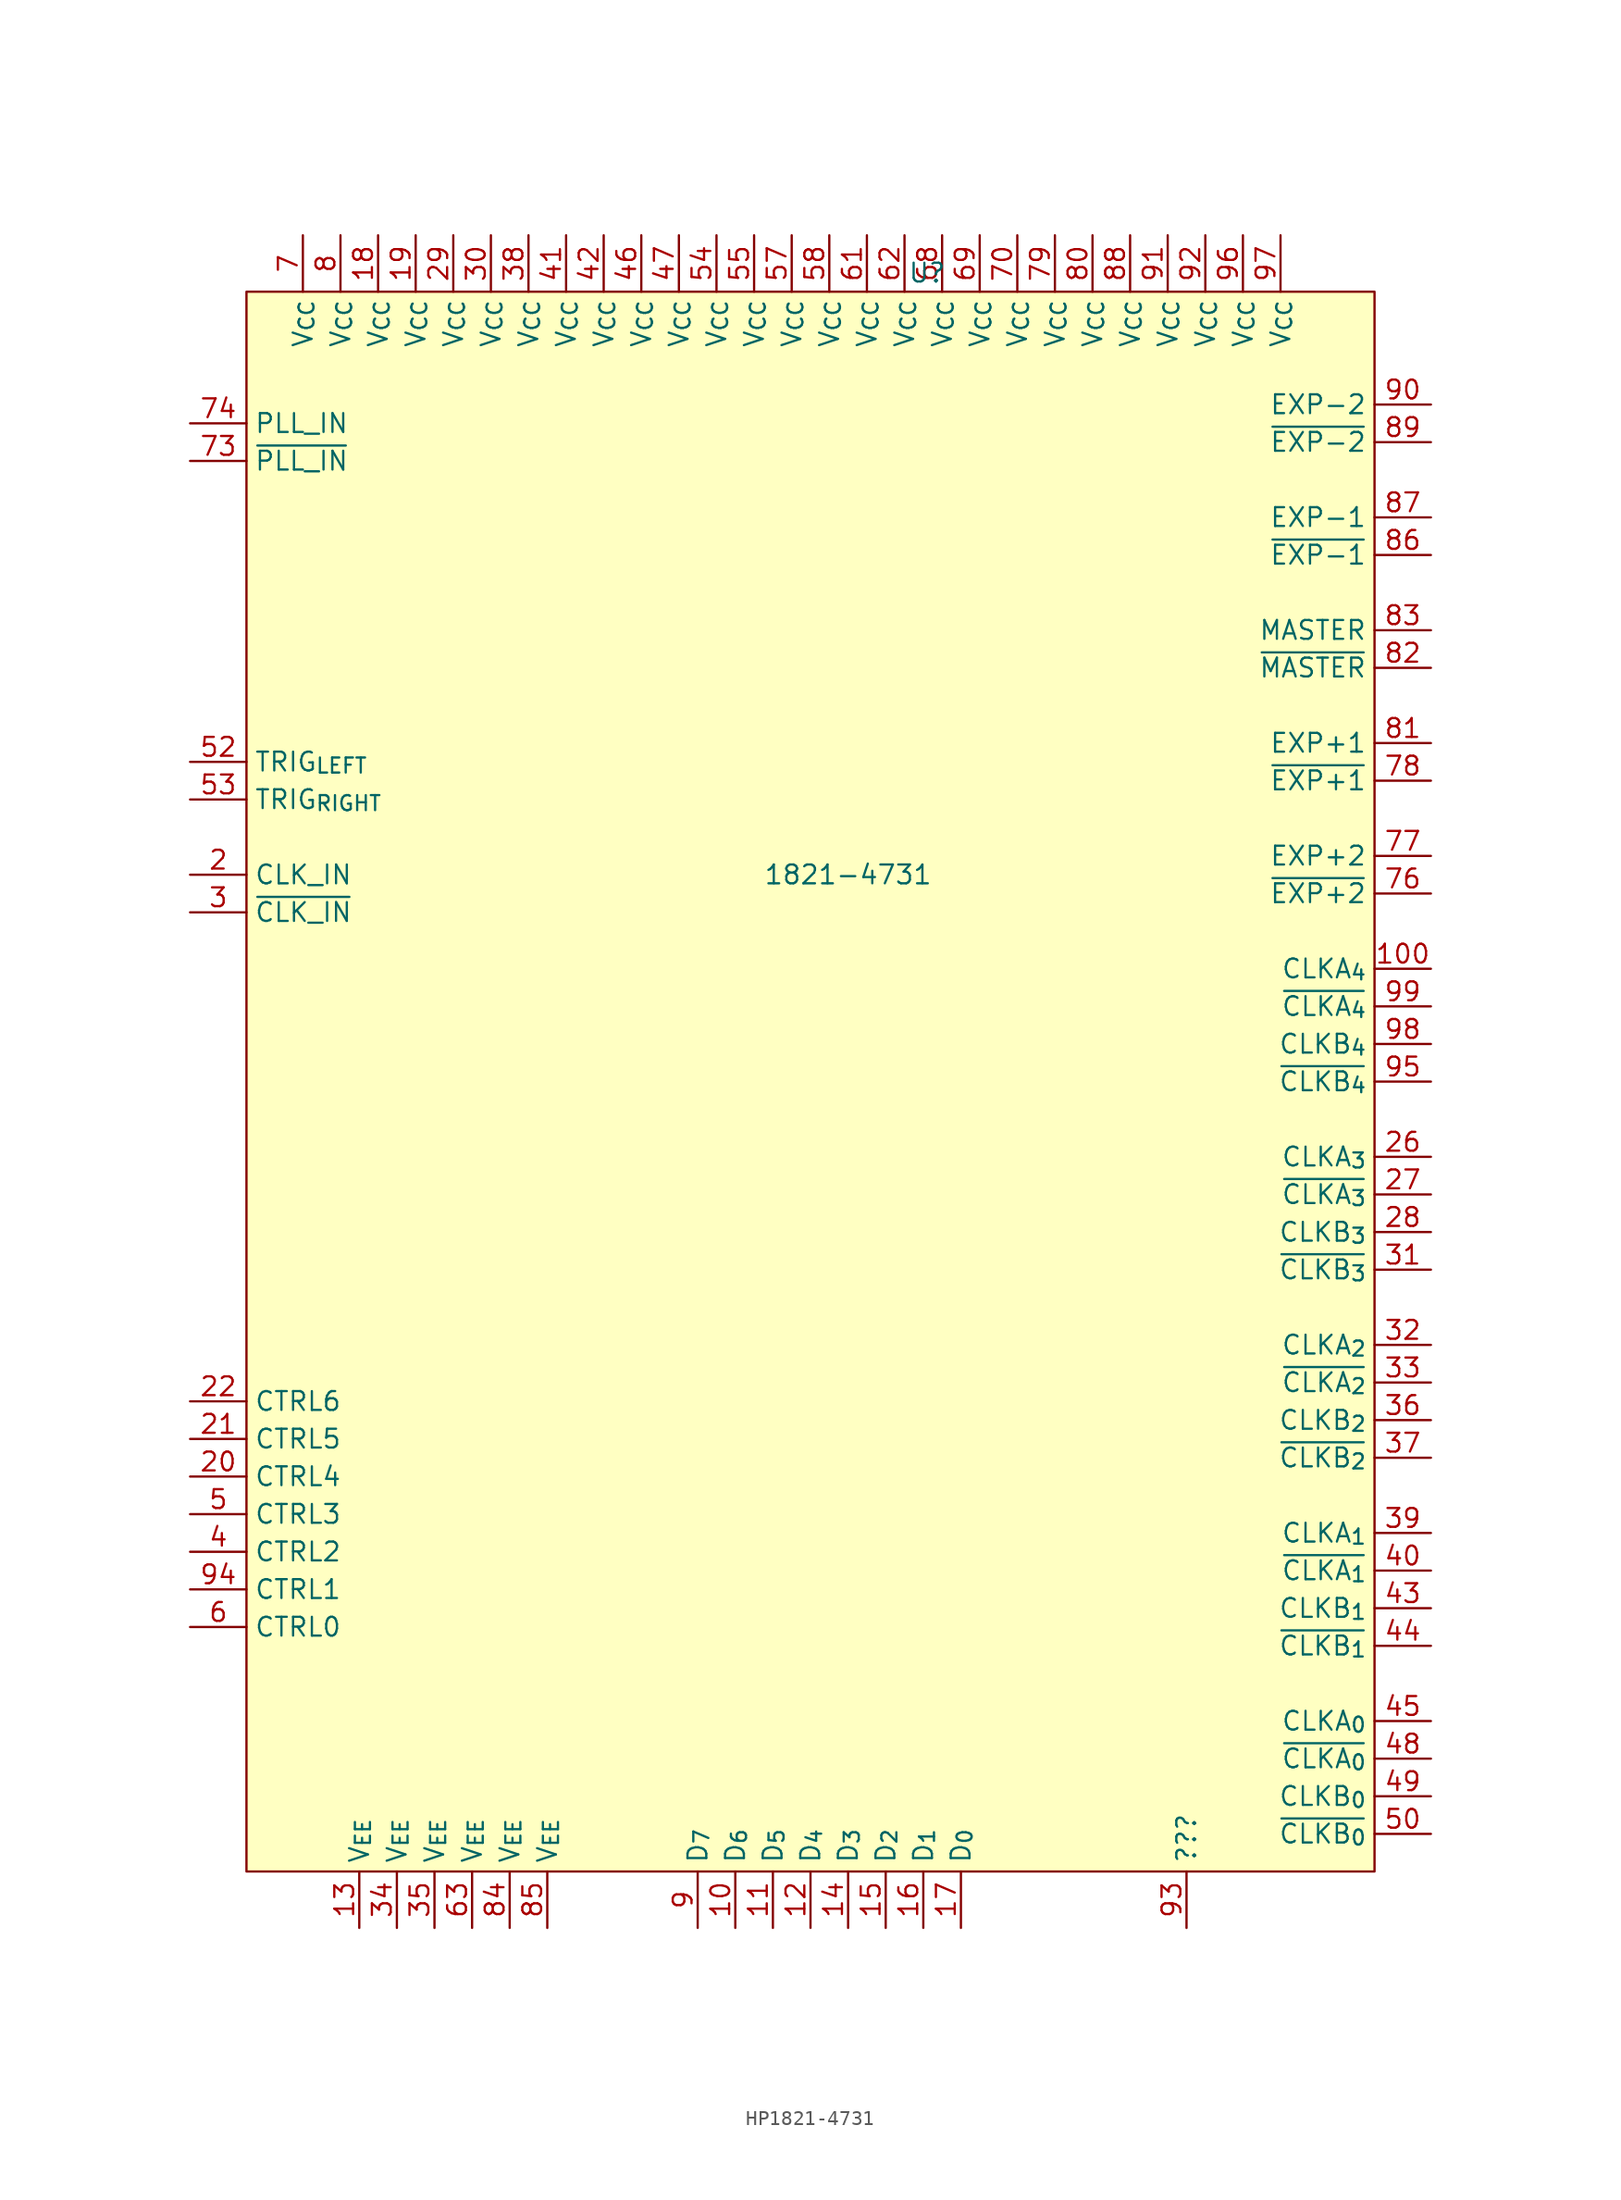
<source format=kicad_sym>
(kicad_symbol_lib
  (version 20231120)
  (generator "kicad_symbol_editor")
  (generator_version "8.0")
  (symbol "HP1821-4731"
    (property "Reference" "U"
      (at 7.874 20.32 0)
      (effects (font (size 1.27 1.27))))
    (property "Value" "1821-4731"
      (at 2.54 -20.32 0)
      (effects (font (size 1.27 1.27))))
    (symbol "HP1821-4731_1_1"
      (rectangle (start -38.1 19.05) (end 38.1 -87.63) (stroke (width 0) (type default)) (fill (type background)))
      (pin no_connect line (at 0 -33.02 0) (length 3.81) hide (name "" (effects (font (size 1.27 1.27)))) (number "1" (effects (font (size 1.27 1.27)))))
      (pin bidirectional line (at -5.08 -91.44 90) (length 3.81) (name "D_{6}" (effects (font (size 1.27 1.27)))) (number "10" (effects (font (size 1.27 1.27)))))
      (pin output line (at 41.91 -26.67 180) (length 3.81) (name "CLKA_{4}" (effects (font (size 1.27 1.27)))) (number "100" (effects (font (size 1.27 1.27)))))
      (pin bidirectional line (at -2.54 -91.44 90) (length 3.81) (name "D_{5}" (effects (font (size 1.27 1.27)))) (number "11" (effects (font (size 1.27 1.27)))))
      (pin bidirectional line (at 0 -91.44 90) (length 3.81) (name "D_{4}" (effects (font (size 1.27 1.27)))) (number "12" (effects (font (size 1.27 1.27)))))
      (pin power_in line (at -30.48 -91.44 90) (length 3.81) (name "V_{EE}" (effects (font (size 1.27 1.27)))) (number "13" (effects (font (size 1.27 1.27)))))
      (pin bidirectional line (at 2.54 -91.44 90) (length 3.81) (name "D_{3}" (effects (font (size 1.27 1.27)))) (number "14" (effects (font (size 1.27 1.27)))))
      (pin bidirectional line (at 5.08 -91.44 90) (length 3.81) (name "D_{2}" (effects (font (size 1.27 1.27)))) (number "15" (effects (font (size 1.27 1.27)))))
      (pin bidirectional line (at 7.62 -91.44 90) (length 3.81) (name "D_{1}" (effects (font (size 1.27 1.27)))) (number "16" (effects (font (size 1.27 1.27)))))
      (pin bidirectional line (at 10.16 -91.44 90) (length 3.81) (name "D_{0}" (effects (font (size 1.27 1.27)))) (number "17" (effects (font (size 1.27 1.27)))))
      (pin power_in line (at -29.21 22.86 270) (length 3.81) (name "V_{CC}" (effects (font (size 1.27 1.27)))) (number "18" (effects (font (size 1.27 1.27)))))
      (pin power_in line (at -26.67 22.86 270) (length 3.81) (name "V_{CC}" (effects (font (size 1.27 1.27)))) (number "19" (effects (font (size 1.27 1.27)))))
      (pin input line (at -41.91 -20.32 0) (length 3.81) (name "CLK_IN" (effects (font (size 1.27 1.27)))) (number "2" (effects (font (size 1.27 1.27)))))
      (pin input line (at -41.91 -60.96 0) (length 3.81) (name "CTRL4" (effects (font (size 1.27 1.27)))) (number "20" (effects (font (size 1.27 1.27)))))
      (pin input line (at -41.91 -58.42 0) (length 3.81) (name "CTRL5" (effects (font (size 1.27 1.27)))) (number "21" (effects (font (size 1.27 1.27)))))
      (pin input line (at -41.91 -55.88 0) (length 3.81) (name "CTRL6" (effects (font (size 1.27 1.27)))) (number "22" (effects (font (size 1.27 1.27)))))
      (pin no_connect line (at 0 -35.56 0) (length 3.81) hide (name "" (effects (font (size 1.27 1.27)))) (number "23" (effects (font (size 1.27 1.27)))))
      (pin no_connect line (at 0 -38.1 0) (length 3.81) hide (name "" (effects (font (size 1.27 1.27)))) (number "24" (effects (font (size 1.27 1.27)))))
      (pin no_connect line (at 0 -40.64 0) (length 3.81) hide (name "" (effects (font (size 1.27 1.27)))) (number "25" (effects (font (size 1.27 1.27)))))
      (pin output line (at 41.91 -39.37 180) (length 3.81) (name "CLKA_{3}" (effects (font (size 1.27 1.27)))) (number "26" (effects (font (size 1.27 1.27)))))
      (pin output line (at 41.91 -41.91 180) (length 3.81) (name "~{CLKA_{3}}" (effects (font (size 1.27 1.27)))) (number "27" (effects (font (size 1.27 1.27)))))
      (pin output line (at 41.91 -44.45 180) (length 3.81) (name "CLKB_{3}" (effects (font (size 1.27 1.27)))) (number "28" (effects (font (size 1.27 1.27)))))
      (pin power_in line (at -24.13 22.86 270) (length 3.81) (name "V_{CC}" (effects (font (size 1.27 1.27)))) (number "29" (effects (font (size 1.27 1.27)))))
      (pin input line (at -41.91 -22.86 0) (length 3.81) (name "~{CLK_IN}" (effects (font (size 1.27 1.27)))) (number "3" (effects (font (size 1.27 1.27)))))
      (pin power_in line (at -21.59 22.86 270) (length 3.81) (name "V_{CC}" (effects (font (size 1.27 1.27)))) (number "30" (effects (font (size 1.27 1.27)))))
      (pin output line (at 41.91 -46.99 180) (length 3.81) (name "~{CLKB_{3}}" (effects (font (size 1.27 1.27)))) (number "31" (effects (font (size 1.27 1.27)))))
      (pin output line (at 41.91 -52.07 180) (length 3.81) (name "CLKA_{2}" (effects (font (size 1.27 1.27)))) (number "32" (effects (font (size 1.27 1.27)))))
      (pin output line (at 41.91 -54.61 180) (length 3.81) (name "~{CLKA_{2}}" (effects (font (size 1.27 1.27)))) (number "33" (effects (font (size 1.27 1.27)))))
      (pin power_in line (at -27.94 -91.44 90) (length 3.81) (name "V_{EE}" (effects (font (size 1.27 1.27)))) (number "34" (effects (font (size 1.27 1.27)))))
      (pin power_in line (at -25.4 -91.44 90) (length 3.81) (name "V_{EE}" (effects (font (size 1.27 1.27)))) (number "35" (effects (font (size 1.27 1.27)))))
      (pin output line (at 41.91 -57.15 180) (length 3.81) (name "CLKB_{2}" (effects (font (size 1.27 1.27)))) (number "36" (effects (font (size 1.27 1.27)))))
      (pin output line (at 41.91 -59.69 180) (length 3.81) (name "~{CLKB_{2}}" (effects (font (size 1.27 1.27)))) (number "37" (effects (font (size 1.27 1.27)))))
      (pin power_in line (at -19.05 22.86 270) (length 3.81) (name "V_{CC}" (effects (font (size 1.27 1.27)))) (number "38" (effects (font (size 1.27 1.27)))))
      (pin output line (at 41.91 -64.77 180) (length 3.81) (name "CLKA_{1}" (effects (font (size 1.27 1.27)))) (number "39" (effects (font (size 1.27 1.27)))))
      (pin input line (at -41.91 -66.04 0) (length 3.81) (name "CTRL2" (effects (font (size 1.27 1.27)))) (number "4" (effects (font (size 1.27 1.27)))))
      (pin output line (at 41.91 -67.31 180) (length 3.81) (name "~{CLKA_{1}}" (effects (font (size 1.27 1.27)))) (number "40" (effects (font (size 1.27 1.27)))))
      (pin power_in line (at -16.51 22.86 270) (length 3.81) (name "V_{CC}" (effects (font (size 1.27 1.27)))) (number "41" (effects (font (size 1.27 1.27)))))
      (pin power_in line (at -13.97 22.86 270) (length 3.81) (name "V_{CC}" (effects (font (size 1.27 1.27)))) (number "42" (effects (font (size 1.27 1.27)))))
      (pin output line (at 41.91 -69.85 180) (length 3.81) (name "CLKB_{1}" (effects (font (size 1.27 1.27)))) (number "43" (effects (font (size 1.27 1.27)))))
      (pin output line (at 41.91 -72.39 180) (length 3.81) (name "~{CLKB_{1}}" (effects (font (size 1.27 1.27)))) (number "44" (effects (font (size 1.27 1.27)))))
      (pin output line (at 41.91 -77.47 180) (length 3.81) (name "CLKA_{0}" (effects (font (size 1.27 1.27)))) (number "45" (effects (font (size 1.27 1.27)))))
      (pin power_in line (at -11.43 22.86 270) (length 3.81) (name "V_{CC}" (effects (font (size 1.27 1.27)))) (number "46" (effects (font (size 1.27 1.27)))))
      (pin power_in line (at -8.89 22.86 270) (length 3.81) (name "V_{CC}" (effects (font (size 1.27 1.27)))) (number "47" (effects (font (size 1.27 1.27)))))
      (pin output line (at 41.91 -80.01 180) (length 3.81) (name "~{CLKA_{0}}" (effects (font (size 1.27 1.27)))) (number "48" (effects (font (size 1.27 1.27)))))
      (pin output line (at 41.91 -82.55 180) (length 3.81) (name "CLKB_{0}" (effects (font (size 1.27 1.27)))) (number "49" (effects (font (size 1.27 1.27)))))
      (pin input line (at -41.91 -63.5 0) (length 3.81) (name "CTRL3" (effects (font (size 1.27 1.27)))) (number "5" (effects (font (size 1.27 1.27)))))
      (pin output line (at 41.91 -85.09 180) (length 3.81) (name "~{CLKB_{0}}" (effects (font (size 1.27 1.27)))) (number "50" (effects (font (size 1.27 1.27)))))
      (pin no_connect line (at 0 -43.18 0) (length 3.81) hide (name "" (effects (font (size 1.27 1.27)))) (number "51" (effects (font (size 1.27 1.27)))))
      (pin input line (at -41.91 -12.7 0) (length 3.81) (name "TRIG_{LEFT}" (effects (font (size 1.27 1.27)))) (number "52" (effects (font (size 1.27 1.27)))))
      (pin input line (at -41.91 -15.24 0) (length 3.81) (name "TRIG_{RIGHT}" (effects (font (size 1.27 1.27)))) (number "53" (effects (font (size 1.27 1.27)))))
      (pin power_in line (at -6.35 22.86 270) (length 3.81) (name "V_{CC}" (effects (font (size 1.27 1.27)))) (number "54" (effects (font (size 1.27 1.27)))))
      (pin power_in line (at -3.81 22.86 270) (length 3.81) (name "V_{CC}" (effects (font (size 1.27 1.27)))) (number "55" (effects (font (size 1.27 1.27)))))
      (pin no_connect line (at 0 -45.72 0) (length 3.81) hide (name "" (effects (font (size 1.27 1.27)))) (number "56" (effects (font (size 1.27 1.27)))))
      (pin power_in line (at -1.27 22.86 270) (length 3.81) (name "V_{CC}" (effects (font (size 1.27 1.27)))) (number "57" (effects (font (size 1.27 1.27)))))
      (pin power_in line (at 1.27 22.86 270) (length 3.81) (name "V_{CC}" (effects (font (size 1.27 1.27)))) (number "58" (effects (font (size 1.27 1.27)))))
      (pin no_connect line (at 0 -48.26 0) (length 3.81) hide (name "" (effects (font (size 1.27 1.27)))) (number "59" (effects (font (size 1.27 1.27)))))
      (pin input line (at -41.91 -71.12 0) (length 3.81) (name "CTRL0" (effects (font (size 1.27 1.27)))) (number "6" (effects (font (size 1.27 1.27)))))
      (pin no_connect line (at 0 -50.8 0) (length 3.81) hide (name "" (effects (font (size 1.27 1.27)))) (number "60" (effects (font (size 1.27 1.27)))))
      (pin power_in line (at 3.81 22.86 270) (length 3.81) (name "V_{CC}" (effects (font (size 1.27 1.27)))) (number "61" (effects (font (size 1.27 1.27)))))
      (pin power_in line (at 6.35 22.86 270) (length 3.81) (name "V_{CC}" (effects (font (size 1.27 1.27)))) (number "62" (effects (font (size 1.27 1.27)))))
      (pin power_in line (at -22.86 -91.44 90) (length 3.81) (name "V_{EE}" (effects (font (size 1.27 1.27)))) (number "63" (effects (font (size 1.27 1.27)))))
      (pin no_connect line (at 0 -53.34 0) (length 3.81) hide (name "" (effects (font (size 1.27 1.27)))) (number "64" (effects (font (size 1.27 1.27)))))
      (pin no_connect line (at 0 -55.88 0) (length 3.81) hide (name "" (effects (font (size 1.27 1.27)))) (number "65" (effects (font (size 1.27 1.27)))))
      (pin no_connect line (at 0 -58.42 0) (length 3.81) hide (name "" (effects (font (size 1.27 1.27)))) (number "66" (effects (font (size 1.27 1.27)))))
      (pin no_connect line (at 0 -60.96 0) (length 3.81) hide (name "" (effects (font (size 1.27 1.27)))) (number "67" (effects (font (size 1.27 1.27)))))
      (pin power_in line (at 8.89 22.86 270) (length 3.81) (name "V_{CC}" (effects (font (size 1.27 1.27)))) (number "68" (effects (font (size 1.27 1.27)))))
      (pin power_in line (at 11.43 22.86 270) (length 3.81) (name "V_{CC}" (effects (font (size 1.27 1.27)))) (number "69" (effects (font (size 1.27 1.27)))))
      (pin power_in line (at -34.29 22.86 270) (length 3.81) (name "V_{CC}" (effects (font (size 1.27 1.27)))) (number "7" (effects (font (size 1.27 1.27)))))
      (pin power_in line (at 13.97 22.86 270) (length 3.81) (name "V_{CC}" (effects (font (size 1.27 1.27)))) (number "70" (effects (font (size 1.27 1.27)))))
      (pin no_connect line (at 0 -63.5 0) (length 3.81) hide (name "" (effects (font (size 1.27 1.27)))) (number "71" (effects (font (size 1.27 1.27)))))
      (pin no_connect line (at 0 -66.04 0) (length 3.81) hide (name "" (effects (font (size 1.27 1.27)))) (number "72" (effects (font (size 1.27 1.27)))))
      (pin input line (at -41.91 7.62 0) (length 3.81) (name "~{PLL_IN}" (effects (font (size 1.27 1.27)))) (number "73" (effects (font (size 1.27 1.27)))))
      (pin input line (at -41.91 10.16 0) (length 3.81) (name "PLL_IN" (effects (font (size 1.27 1.27)))) (number "74" (effects (font (size 1.27 1.27)))))
      (pin no_connect line (at 0 -68.58 0) (length 3.81) hide (name "" (effects (font (size 1.27 1.27)))) (number "75" (effects (font (size 1.27 1.27)))))
      (pin output line (at 41.91 -21.59 180) (length 3.81) (name "~{EXP+2}" (effects (font (size 1.27 1.27)))) (number "76" (effects (font (size 1.27 1.27)))))
      (pin output line (at 41.91 -19.05 180) (length 3.81) (name "EXP+2" (effects (font (size 1.27 1.27)))) (number "77" (effects (font (size 1.27 1.27)))))
      (pin output line (at 41.91 -13.97 180) (length 3.81) (name "~{EXP+1}" (effects (font (size 1.27 1.27)))) (number "78" (effects (font (size 1.27 1.27)))))
      (pin power_in line (at 16.51 22.86 270) (length 3.81) (name "V_{CC}" (effects (font (size 1.27 1.27)))) (number "79" (effects (font (size 1.27 1.27)))))
      (pin power_in line (at -31.75 22.86 270) (length 3.81) (name "V_{CC}" (effects (font (size 1.27 1.27)))) (number "8" (effects (font (size 1.27 1.27)))))
      (pin power_in line (at 19.05 22.86 270) (length 3.81) (name "V_{CC}" (effects (font (size 1.27 1.27)))) (number "80" (effects (font (size 1.27 1.27)))))
      (pin output line (at 41.91 -11.43 180) (length 3.81) (name "EXP+1" (effects (font (size 1.27 1.27)))) (number "81" (effects (font (size 1.27 1.27)))))
      (pin output line (at 41.91 -6.35 180) (length 3.81) (name "~{MASTER}" (effects (font (size 1.27 1.27)))) (number "82" (effects (font (size 1.27 1.27)))))
      (pin output line (at 41.91 -3.81 180) (length 3.81) (name "MASTER" (effects (font (size 1.27 1.27)))) (number "83" (effects (font (size 1.27 1.27)))))
      (pin power_in line (at -20.32 -91.44 90) (length 3.81) (name "V_{EE}" (effects (font (size 1.27 1.27)))) (number "84" (effects (font (size 1.27 1.27)))))
      (pin power_in line (at -17.78 -91.44 90) (length 3.81) (name "V_{EE}" (effects (font (size 1.27 1.27)))) (number "85" (effects (font (size 1.27 1.27)))))
      (pin output line (at 41.91 1.27 180) (length 3.81) (name "~{EXP-1}" (effects (font (size 1.27 1.27)))) (number "86" (effects (font (size 1.27 1.27)))))
      (pin output line (at 41.91 3.81 180) (length 3.81) (name "EXP-1" (effects (font (size 1.27 1.27)))) (number "87" (effects (font (size 1.27 1.27)))))
      (pin power_in line (at 21.59 22.86 270) (length 3.81) (name "V_{CC}" (effects (font (size 1.27 1.27)))) (number "88" (effects (font (size 1.27 1.27)))))
      (pin output line (at 41.91 8.89 180) (length 3.81) (name "~{EXP-2}" (effects (font (size 1.27 1.27)))) (number "89" (effects (font (size 1.27 1.27)))))
      (pin bidirectional line (at -7.62 -91.44 90) (length 3.81) (name "D_{7}" (effects (font (size 1.27 1.27)))) (number "9" (effects (font (size 1.27 1.27)))))
      (pin output line (at 41.91 11.43 180) (length 3.81) (name "EXP-2" (effects (font (size 1.27 1.27)))) (number "90" (effects (font (size 1.27 1.27)))))
      (pin power_in line (at 24.13 22.86 270) (length 3.81) (name "V_{CC}" (effects (font (size 1.27 1.27)))) (number "91" (effects (font (size 1.27 1.27)))))
      (pin power_in line (at 26.67 22.86 270) (length 3.81) (name "V_{CC}" (effects (font (size 1.27 1.27)))) (number "92" (effects (font (size 1.27 1.27)))))
      (pin output line (at 25.4 -91.44 90) (length 3.81) (name "???" (effects (font (size 1.27 1.27)))) (number "93" (effects (font (size 1.27 1.27)))))
      (pin input line (at -41.91 -68.58 0) (length 3.81) (name "CTRL1" (effects (font (size 1.27 1.27)))) (number "94" (effects (font (size 1.27 1.27)))))
      (pin output line (at 41.91 -34.29 180) (length 3.81) (name "~{CLKB_{4}}" (effects (font (size 1.27 1.27)))) (number "95" (effects (font (size 1.27 1.27)))))
      (pin power_in line (at 29.21 22.86 270) (length 3.81) (name "V_{CC}" (effects (font (size 1.27 1.27)))) (number "96" (effects (font (size 1.27 1.27)))))
      (pin power_in line (at 31.75 22.86 270) (length 3.81) (name "V_{CC}" (effects (font (size 1.27 1.27)))) (number "97" (effects (font (size 1.27 1.27)))))
      (pin output line (at 41.91 -31.75 180) (length 3.81) (name "CLKB_{4}" (effects (font (size 1.27 1.27)))) (number "98" (effects (font (size 1.27 1.27)))))
      (pin output line (at 41.91 -29.21 180) (length 3.81) (name "~{CLKA_{4}}" (effects (font (size 1.27 1.27)))) (number "99" (effects (font (size 1.27 1.27))))))))
</source>
